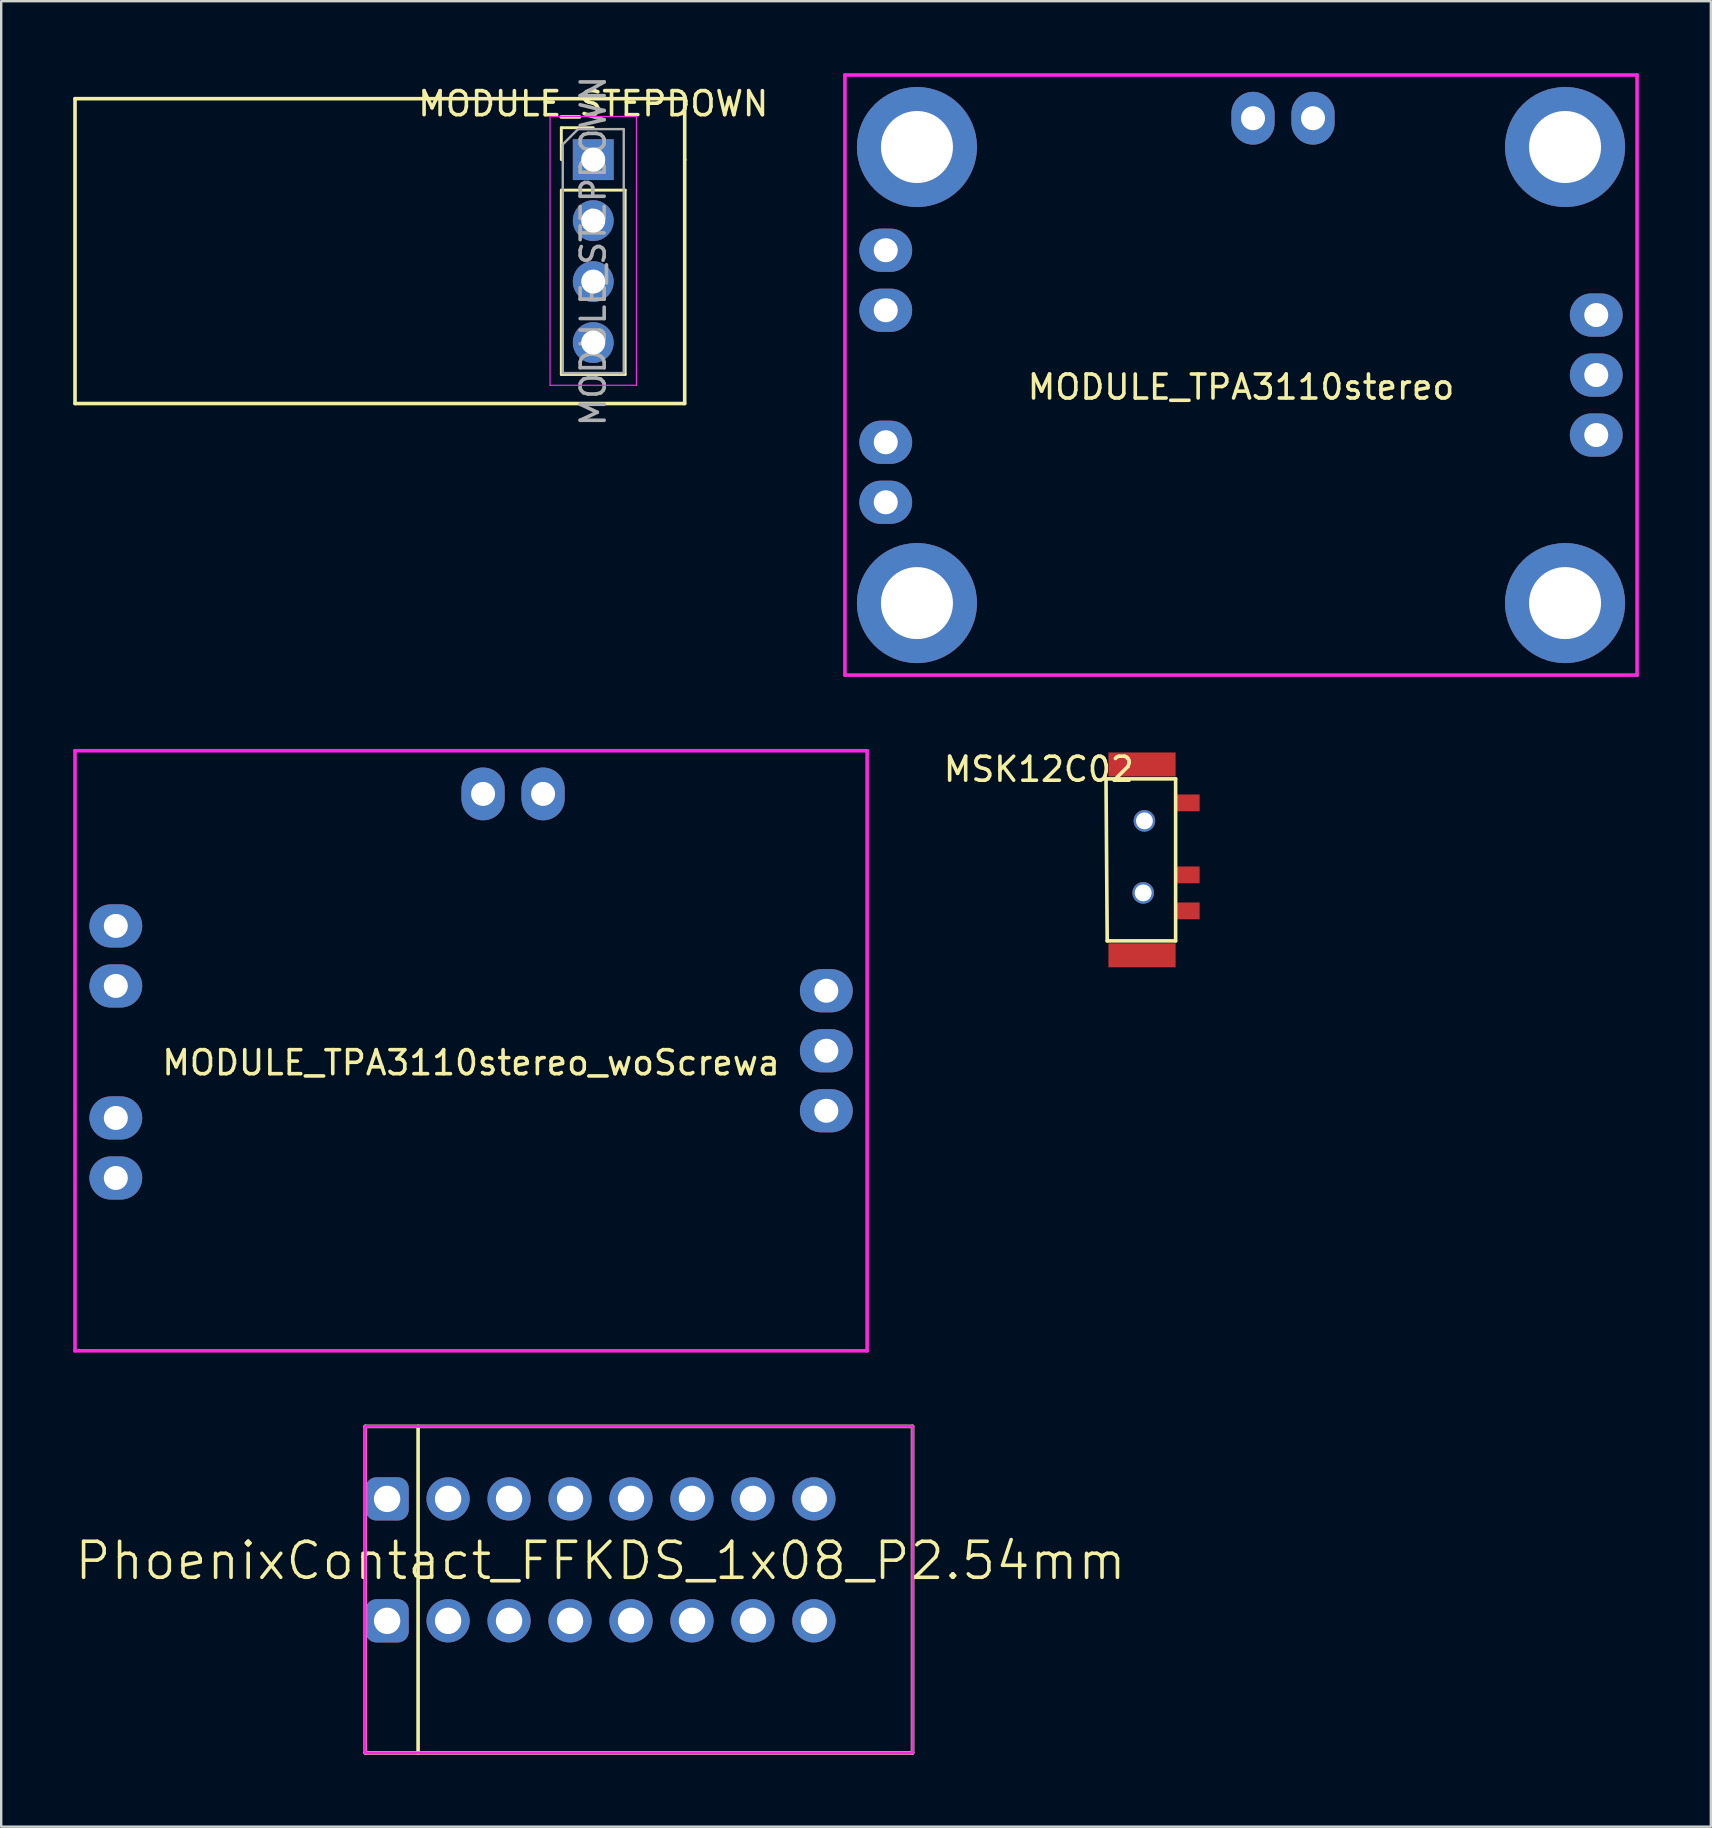
<source format=kicad_pcb>
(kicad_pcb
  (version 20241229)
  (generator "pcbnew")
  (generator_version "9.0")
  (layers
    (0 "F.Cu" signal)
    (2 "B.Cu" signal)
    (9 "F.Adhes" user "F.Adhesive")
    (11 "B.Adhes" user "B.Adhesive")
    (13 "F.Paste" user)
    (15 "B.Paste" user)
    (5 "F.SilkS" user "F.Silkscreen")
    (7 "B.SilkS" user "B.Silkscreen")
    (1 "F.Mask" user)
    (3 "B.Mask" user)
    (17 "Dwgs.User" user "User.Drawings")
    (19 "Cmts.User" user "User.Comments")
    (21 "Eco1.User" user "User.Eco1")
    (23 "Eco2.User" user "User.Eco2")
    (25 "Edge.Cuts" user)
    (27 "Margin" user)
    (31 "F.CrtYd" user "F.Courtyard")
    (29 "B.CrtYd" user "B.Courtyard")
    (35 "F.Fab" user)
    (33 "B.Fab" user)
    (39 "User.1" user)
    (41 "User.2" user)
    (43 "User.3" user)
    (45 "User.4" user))
  (footprint "MODULE_TPA3110stereo_woScrewa"
    (layer "F.Cu")
    (at 16.575 40.725)
    (property "Reference" "MODULE_TPA3110stereo_woScrewa" (at 0 0.5 0) (layer "F.SilkS") (effects (font (size 1 1) (thickness 0.15))))
    (attr through_hole)
    (fp_line (start -16.5 -12.5) (end -16.5 12.5) (stroke (width 0.15) (type solid)) (layer "F.CrtYd"))
    (fp_line (start -16.5 12.5) (end 16.5 12.5) (stroke (width 0.15) (type solid)) (layer "F.CrtYd"))
    (fp_line (start 16.5 -12.5) (end -16.5 -12.5) (stroke (width 0.15) (type solid)) (layer "F.CrtYd"))
    (fp_line (start 16.5 12.5) (end 16.5 -12.5) (stroke (width 0.15) (type solid)) (layer "F.CrtYd"))
    (pad "1" thru_hole oval (at 3 -10.7) (size 1.8 2.2) (drill 1) (layers "*.Cu" "*.Mask"))
    (pad "2" thru_hole oval (at 0.5 -10.7) (size 1.8 2.2) (drill 1) (layers "*.Cu" "*.Mask"))
    (pad "3" thru_hole oval (at 14.8 -2.5) (size 2.2 1.8) (drill 1) (layers "*.Cu" "*.Mask"))
    (pad "4" thru_hole oval (at 14.8 0) (size 2.2 1.8) (drill 1) (layers "*.Cu" "*.Mask"))
    (pad "5" thru_hole oval (at 14.8 2.5) (size 2.2 1.8) (drill 1) (layers "*.Cu" "*.Mask"))
    (pad "6" thru_hole oval (at -14.8 -2.7) (size 2.2 1.8) (drill 1) (layers "*.Cu" "*.Mask"))
    (pad "7" thru_hole oval (at -14.8 -5.2) (size 2.2 1.8) (drill 1) (layers "*.Cu" "*.Mask"))
    (pad "8" thru_hole oval (at -14.8 5.3) (size 2.2 1.8) (drill 1) (layers "*.Cu" "*.Mask"))
    (pad "9" thru_hole oval (at -14.8 2.8) (size 2.2 1.8) (drill 1) (layers "*.Cu" "*.Mask")))
  (footprint "MODULE_TPA3110stereo"
    (layer "F.Cu")
    (at 48.651 12.575)
    (property "Reference" "MODULE_TPA3110stereo" (at 0 0.5 0) (layer "F.SilkS") (effects (font (size 1 1) (thickness 0.15))))
    (attr through_hole)
    (fp_line (start -16.5 -12.5) (end -16.5 12.5) (stroke (width 0.15) (type solid)) (layer "F.CrtYd"))
    (fp_line (start -16.5 12.5) (end 16.5 12.5) (stroke (width 0.15) (type solid)) (layer "F.CrtYd"))
    (fp_line (start 16.5 -12.5) (end -16.5 -12.5) (stroke (width 0.15) (type solid)) (layer "F.CrtYd"))
    (fp_line (start 16.5 12.5) (end 16.5 -12.5) (stroke (width 0.15) (type solid)) (layer "F.CrtYd"))
    (pad "" np_thru_hole circle (at -13.5 -9.5) (size 5 5) (drill 3) (layers "*.Cu" "*.Mask"))
    (pad "" np_thru_hole circle (at -13.5 9.5) (size 5 5) (drill 3) (layers "*.Cu" "*.Mask"))
    (pad "" np_thru_hole circle (at 13.5 -9.5) (size 5 5) (drill 3) (layers "*.Cu" "*.Mask"))
    (pad "" np_thru_hole circle (at 13.5 9.5) (size 5 5) (drill 3) (layers "*.Cu" "*.Mask"))
    (pad "1" thru_hole oval (at 3 -10.7) (size 1.8 2.2) (drill 1) (layers "*.Cu" "*.Mask"))
    (pad "2" thru_hole oval (at 0.5 -10.7) (size 1.8 2.2) (drill 1) (layers "*.Cu" "*.Mask"))
    (pad "3" thru_hole oval (at 14.8 -2.5) (size 2.2 1.8) (drill 1) (layers "*.Cu" "*.Mask"))
    (pad "4" thru_hole oval (at 14.8 0) (size 2.2 1.8) (drill 1) (layers "*.Cu" "*.Mask"))
    (pad "5" thru_hole oval (at 14.8 2.5) (size 2.2 1.8) (drill 1) (layers "*.Cu" "*.Mask"))
    (pad "6" thru_hole oval (at -14.8 -2.7) (size 2.2 1.8) (drill 1) (layers "*.Cu" "*.Mask"))
    (pad "7" thru_hole oval (at -14.8 -5.2) (size 2.2 1.8) (drill 1) (layers "*.Cu" "*.Mask"))
    (pad "8" thru_hole oval (at -14.8 5.3) (size 2.2 1.8) (drill 1) (layers "*.Cu" "*.Mask"))
    (pad "9" thru_hole oval (at -14.8 2.8) (size 2.2 1.8) (drill 1) (layers "*.Cu" "*.Mask")))
  (footprint "MSK12C02"
    (layer "F.Cu")
    (at 43.227 28.898)
    (property "Reference" "MSK12C02" (at -3 0.1 0) (layer "F.SilkS") (effects (font (size 1 1) (thickness 0.15))))
    (attr through_hole)
    (fp_line (start -0.2 0.5) (end 2.7 0.5) (stroke (width 0.15) (type solid)) (layer "F.SilkS"))
    (fp_line (start -0.15 7.25) (end -0.2 0.5) (stroke (width 0.15) (type solid)) (layer "F.SilkS"))
    (fp_line (start 2.7 0.5) (end 2.7 7.25) (stroke (width 0.15) (type solid)) (layer "F.SilkS"))
    (fp_line (start 2.7 7.25) (end -0.15 7.25) (stroke (width 0.15) (type solid)) (layer "F.SilkS"))
    (pad "" np_thru_hole circle (at 1.35 5.25) (size 0.9 0.9) (drill 0.7) (layers "*.Cu" "*.Mask"))
    (pad "" np_thru_hole circle (at 1.4 2.25) (size 0.9 0.9) (drill 0.7) (layers "*.Cu" "*.Mask"))
    (pad "1" smd rect (at 3.2 1.5 90) (size 0.7 1) (layers "F.Cu" "F.Mask" "F.Paste"))
    (pad "2" smd rect (at 3.2 4.5 90) (size 0.7 1) (layers "F.Cu" "F.Mask" "F.Paste"))
    (pad "3" smd rect (at 3.2 6 90) (size 0.7 1) (layers "F.Cu" "F.Mask" "F.Paste"))
    (pad "NC" smd rect (at 1.3 -0.1) (size 2.8 1) (layers "F.Cu" "F.Mask" "F.Paste"))
    (pad "NC" smd rect (at 1.3 7.85) (size 2.8 1) (layers "F.Cu" "F.Mask" "F.Paste")))
  (footprint "PhoenixContact_FFKDS_1x08_P2.54mm"
    (layer "F.Cu")
    (at 21.968 64.475)
    (property "Reference" "PhoenixContact_FFKDS_1x08_P2.54mm" (at 0 -2.5 0) (layer "F.SilkS") (effects (font (size 1.5 1.5) (thickness 0.15))))
    (attr through_hole)
    (fp_line (start -9.8 -8.1) (end -9.8 5.5) (stroke (width 0.15) (type solid)) (layer "F.SilkS"))
    (fp_line (start -9.8 -8.1) (end 13 -8.1) (stroke (width 0.15) (type solid)) (layer "F.SilkS"))
    (fp_line (start -9.8 5.5) (end 13 5.5) (stroke (width 0.15) (type solid)) (layer "F.SilkS"))
    (fp_line (start -7.6 -8.1) (end -7.6 5.5) (stroke (width 0.15) (type solid)) (layer "F.SilkS"))
    (fp_line (start 13 5.5) (end 13 -8.1) (stroke (width 0.15) (type solid)) (layer "F.SilkS"))
    (fp_line (start -9.8 -8.1) (end -9.8 5.5) (stroke (width 0.12) (type solid)) (layer "F.CrtYd"))
    (fp_line (start -9.8 5.5) (end 13 5.5) (stroke (width 0.12) (type solid)) (layer "F.CrtYd"))
    (fp_line (start 13 -8.1) (end -9.8 -8.1) (stroke (width 0.12) (type solid)) (layer "F.CrtYd"))
    (fp_line (start 13 5.5) (end 13 -8.1) (stroke (width 0.12) (type solid)) (layer "F.CrtYd"))
    (pad "1" thru_hole roundrect (at -8.89 -5.08) (size 1.8 1.8) (drill 1.1) (layers "*.Cu" "*.Mask") (roundrect_rratio 0.25))
    (pad "1" thru_hole roundrect (at -8.89 0) (size 1.8 1.8) (drill 1.1) (layers "*.Cu" "*.Mask") (roundrect_rratio 0.25))
    (pad "2" thru_hole circle (at -6.35 -5.08) (size 1.8 1.8) (drill 1.1) (layers "*.Cu" "*.Mask"))
    (pad "2" thru_hole circle (at -6.35 0) (size 1.8 1.8) (drill 1.1) (layers "*.Cu" "*.Mask"))
    (pad "3" thru_hole circle (at -3.81 -5.08) (size 1.8 1.8) (drill 1.1) (layers "*.Cu" "*.Mask"))
    (pad "3" thru_hole circle (at -3.81 0) (size 1.8 1.8) (drill 1.1) (layers "*.Cu" "*.Mask"))
    (pad "4" thru_hole circle (at -1.27 -5.08) (size 1.8 1.8) (drill 1.1) (layers "*.Cu" "*.Mask"))
    (pad "4" thru_hole circle (at -1.27 0) (size 1.8 1.8) (drill 1.1) (layers "*.Cu" "*.Mask"))
    (pad "5" thru_hole circle (at 1.27 -5.08) (size 1.8 1.8) (drill 1.1) (layers "*.Cu" "*.Mask"))
    (pad "5" thru_hole circle (at 1.27 0) (size 1.8 1.8) (drill 1.1) (layers "*.Cu" "*.Mask"))
    (pad "6" thru_hole circle (at 3.81 -5.08) (size 1.8 1.8) (drill 1.1) (layers "*.Cu" "*.Mask"))
    (pad "6" thru_hole circle (at 3.81 0) (size 1.8 1.8) (drill 1.1) (layers "*.Cu" "*.Mask"))
    (pad "7" thru_hole circle (at 6.35 -5.08) (size 1.8 1.8) (drill 1.1) (layers "*.Cu" "*.Mask"))
    (pad "7" thru_hole circle (at 6.35 0) (size 1.8 1.8) (drill 1.1) (layers "*.Cu" "*.Mask"))
    (pad "8" thru_hole circle (at 8.89 -5.08) (size 1.8 1.8) (drill 1.1) (layers "*.Cu" "*.Mask"))
    (pad "8" thru_hole circle (at 8.89 0) (size 1.8 1.8) (drill 1.1) (layers "*.Cu" "*.Mask")))
  (footprint "MODULE_STEPDOWN"
    (layer "F.Cu")
    (at 21.665 3.601)
    (property "Reference" "MODULE_STEPDOWN" (at 0 -2.33 0) (layer "F.SilkS") (effects (font (size 1 1) (thickness 0.15))))
    (attr through_hole)
    (fp_line (start -21.59 -2.54) (end -21.59 10.16) (stroke (width 0.15) (type solid)) (layer "F.SilkS"))
    (fp_line (start -21.59 10.16) (end 3.81 10.16) (stroke (width 0.15) (type solid)) (layer "F.SilkS"))
    (fp_line (start -1.33 -1.33) (end 0 -1.33) (stroke (width 0.12) (type solid)) (layer "F.SilkS"))
    (fp_line (start -1.33 0) (end -1.33 -1.33) (stroke (width 0.12) (type solid)) (layer "F.SilkS"))
    (fp_line (start -1.33 1.27) (end -1.33 8.95) (stroke (width 0.12) (type solid)) (layer "F.SilkS"))
    (fp_line (start -1.33 1.27) (end 1.33 1.27) (stroke (width 0.12) (type solid)) (layer "F.SilkS"))
    (fp_line (start -1.33 8.95) (end 1.33 8.95) (stroke (width 0.12) (type solid)) (layer "F.SilkS"))
    (fp_line (start 1.33 1.27) (end 1.33 8.95) (stroke (width 0.12) (type solid)) (layer "F.SilkS"))
    (fp_line (start 3.81 -2.54) (end -21.59 -2.54) (stroke (width 0.15) (type solid)) (layer "F.SilkS"))
    (fp_line (start 3.81 0) (end 3.81 -2.54) (stroke (width 0.15) (type solid)) (layer "F.SilkS"))
    (fp_line (start 3.81 10.16) (end 3.81 0) (stroke (width 0.15) (type solid)) (layer "F.SilkS"))
    (fp_line (start -1.8 -1.8) (end -1.8 9.4) (stroke (width 0.05) (type solid)) (layer "F.CrtYd"))
    (fp_line (start -1.8 9.4) (end 1.8 9.4) (stroke (width 0.05) (type solid)) (layer "F.CrtYd"))
    (fp_line (start 1.8 -1.8) (end -1.8 -1.8) (stroke (width 0.05) (type solid)) (layer "F.CrtYd"))
    (fp_line (start 1.8 9.4) (end 1.8 -1.8) (stroke (width 0.05) (type solid)) (layer "F.CrtYd"))
    (fp_line (start -1.27 -0.635) (end -0.635 -1.27) (stroke (width 0.1) (type solid)) (layer "F.Fab"))
    (fp_line (start -1.27 8.89) (end -1.27 -0.635) (stroke (width 0.1) (type solid)) (layer "F.Fab"))
    (fp_line (start -0.635 -1.27) (end 1.27 -1.27) (stroke (width 0.1) (type solid)) (layer "F.Fab"))
    (fp_line (start 1.27 -1.27) (end 1.27 8.89) (stroke (width 0.1) (type solid)) (layer "F.Fab"))
    (fp_line (start 1.27 8.89) (end -1.27 8.89) (stroke (width 0.1) (type solid)) (layer "F.Fab"))
    (fp_text user "${REFERENCE}" (at 0 3.81 90) (layer "F.Fab") (effects (font (size 1 1) (thickness 0.15))))
    (pad "1" thru_hole rect (at 0 0) (size 1.7 1.7) (drill 1) (layers "*.Cu" "*.Mask"))
    (pad "2" thru_hole oval (at 0 2.54) (size 1.7 1.7) (drill 1) (layers "*.Cu" "*.Mask"))
    (pad "3" thru_hole oval (at 0 5.08) (size 1.7 1.7) (drill 1) (layers "*.Cu" "*.Mask"))
    (pad "4" thru_hole oval (at 0 7.62) (size 1.7 1.7) (drill 1) (layers "*.Cu" "*.Mask")))
  (gr_rect
    (start -3 -3)
    (end 68.226 73.05)
    (stroke (width 0.1) (type default))
    (fill no)
    (layer "Edge.Cuts")))
</source>
